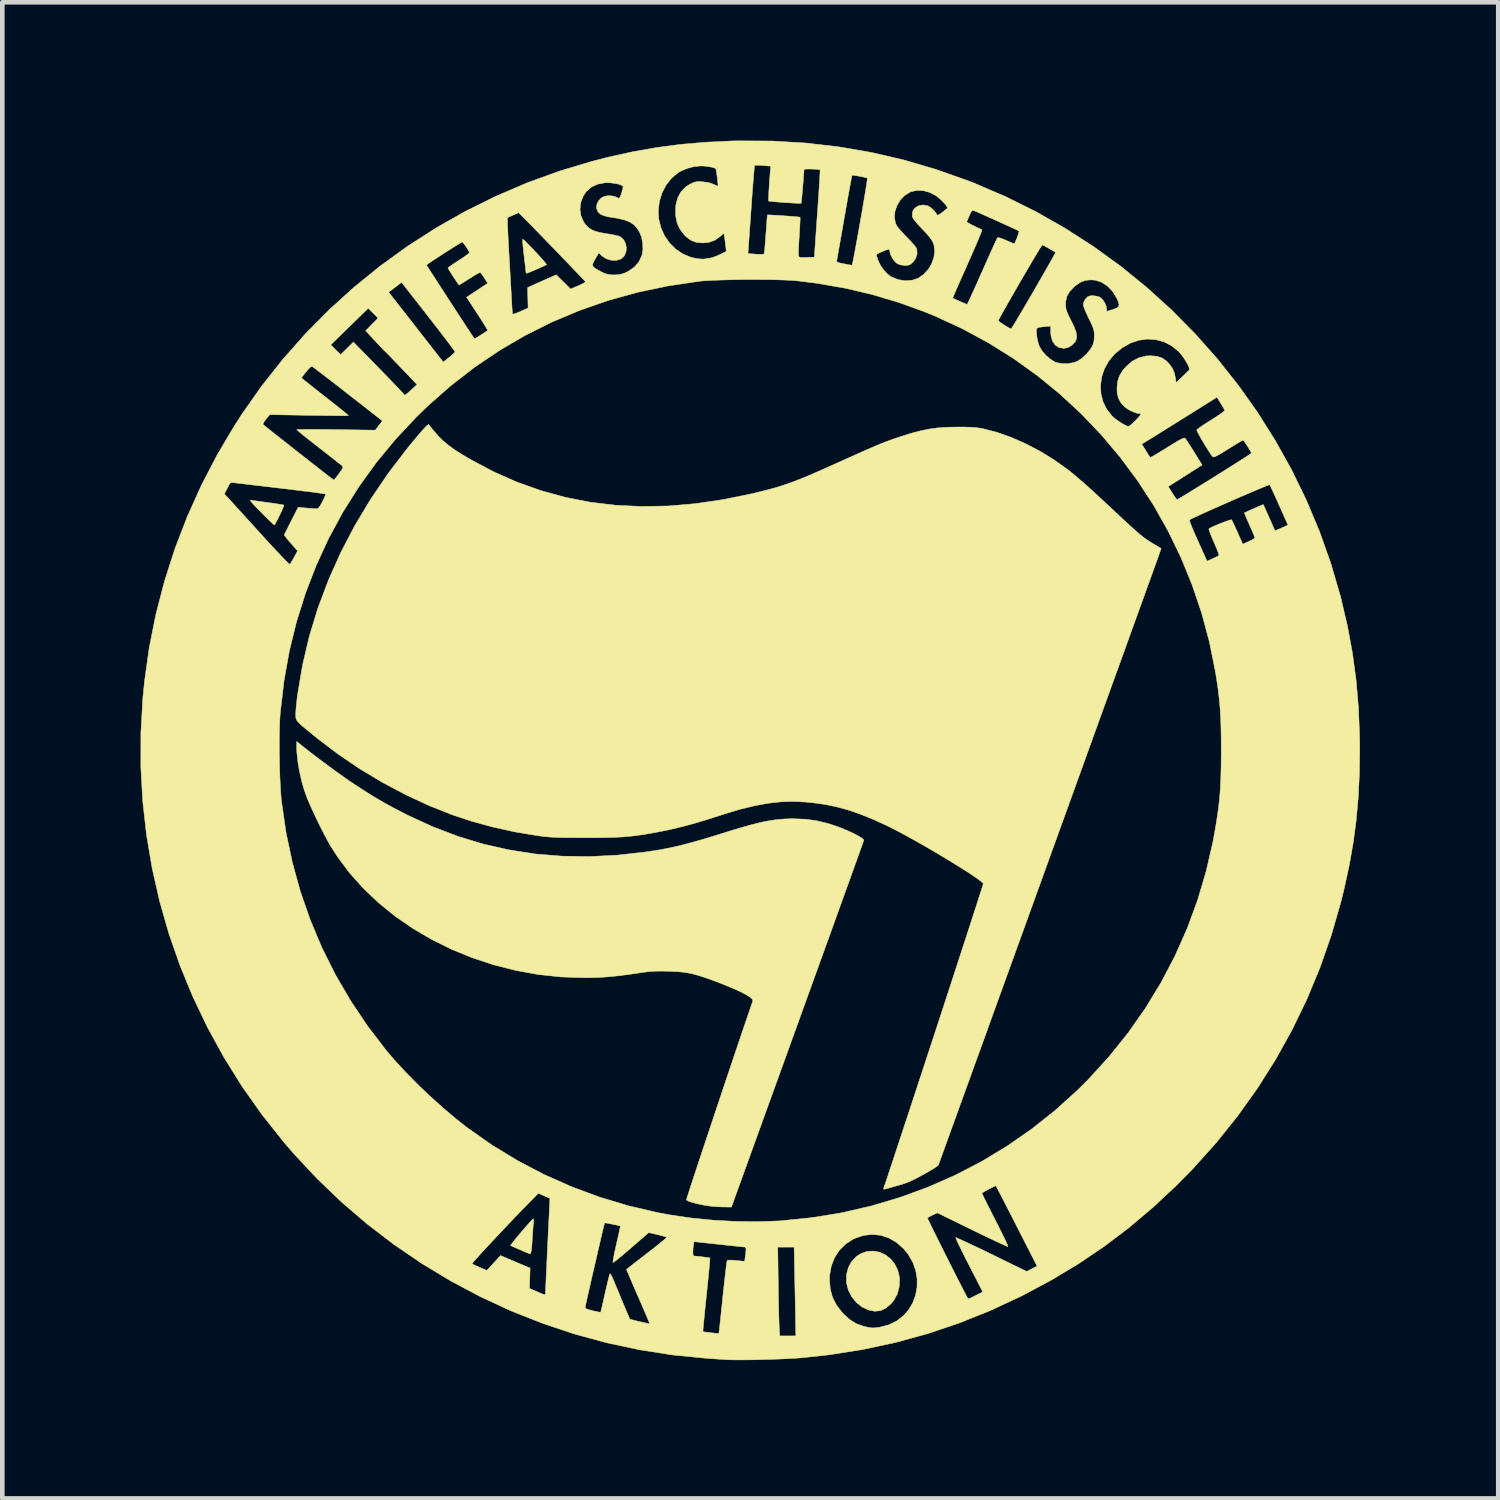
<source format=kicad_pcb>
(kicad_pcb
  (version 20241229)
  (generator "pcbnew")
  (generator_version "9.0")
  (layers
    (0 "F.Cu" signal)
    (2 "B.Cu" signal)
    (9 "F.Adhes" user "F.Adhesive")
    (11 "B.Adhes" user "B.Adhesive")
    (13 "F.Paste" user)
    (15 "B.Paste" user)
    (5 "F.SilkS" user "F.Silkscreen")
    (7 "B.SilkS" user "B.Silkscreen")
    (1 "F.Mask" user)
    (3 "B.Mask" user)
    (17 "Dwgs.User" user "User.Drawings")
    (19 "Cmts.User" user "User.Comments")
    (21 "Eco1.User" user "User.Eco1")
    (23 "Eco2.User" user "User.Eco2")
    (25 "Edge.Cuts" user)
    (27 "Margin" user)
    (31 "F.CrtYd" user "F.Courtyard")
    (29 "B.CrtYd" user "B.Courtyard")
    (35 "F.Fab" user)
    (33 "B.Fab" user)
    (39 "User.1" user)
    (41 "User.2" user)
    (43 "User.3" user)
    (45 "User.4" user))
  (footprint "anitfa_flag"
    (layer "F.Cu")
    (at 13.186 13.249)
    (property "Reference" "anitfa_flag" (at 0 0 0) (layer "F.SilkS") (effects (font (size 1.524 1.524) (thickness 0.3))))
    (attr through_hole)
    (fp_poly (pts (xy 2.844 10.863) (xy 2.969 10.92) (xy 3.08 11.006) (xy 3.171 11.117) (xy 3.237 11.25) (xy 3.273 11.401) (xy 3.276 11.433) (xy 3.27 11.61) (xy 3.227 11.772) (xy 3.148 11.915) (xy 3.083 11.99) (xy 2.973 12.081) (xy 2.861 12.132) (xy 2.742 12.144) (xy 2.61 12.119) (xy 2.607 12.118) (xy 2.464 12.052) (xy 2.339 11.953) (xy 2.237 11.827) (xy 2.164 11.682) (xy 2.125 11.524) (xy 2.124 11.507) (xy 2.127 11.345) (xy 2.166 11.196) (xy 2.237 11.065) (xy 2.337 10.958) (xy 2.433 10.896) (xy 2.57 10.847) (xy 2.709 10.838) (xy 2.844 10.863)) (stroke (width 0.01) (type solid)) (fill yes) (layer "F.SilkS"))
    (fp_poly (pts (xy -10.795 -5.452) (xy -10.756 -5.445) (xy -10.684 -5.434) (xy -10.587 -5.42) (xy -10.475 -5.405) (xy -10.414 -5.396) (xy -10.301 -5.381) (xy -10.204 -5.366) (xy -10.13 -5.354) (xy -10.086 -5.345) (xy -10.077 -5.343) (xy -10.082 -5.321) (xy -10.102 -5.272) (xy -10.132 -5.203) (xy -10.169 -5.126) (xy -10.207 -5.049) (xy -10.243 -4.981) (xy -10.27 -4.932) (xy -10.286 -4.911) (xy -10.286 -4.911) (xy -10.304 -4.925) (xy -10.347 -4.965) (xy -10.41 -5.025) (xy -10.488 -5.102) (xy -10.573 -5.187) (xy -10.673 -5.289) (xy -10.744 -5.364) (xy -10.787 -5.415) (xy -10.805 -5.444) (xy -10.8 -5.453) (xy -10.795 -5.452)) (stroke (width 0.01) (type solid)) (fill yes) (layer "F.SilkS"))
    (fp_poly (pts (xy -4.881 -11.1) (xy -4.84 -11.063) (xy -4.782 -11.005) (xy -4.71 -10.931) (xy -4.672 -10.891) (xy -4.564 -10.776) (xy -4.484 -10.688) (xy -4.429 -10.624) (xy -4.396 -10.583) (xy -4.383 -10.56) (xy -4.384 -10.555) (xy -4.41 -10.541) (xy -4.464 -10.517) (xy -4.536 -10.485) (xy -4.615 -10.451) (xy -4.692 -10.418) (xy -4.757 -10.391) (xy -4.799 -10.375) (xy -4.81 -10.371) (xy -4.826 -10.387) (xy -4.826 -10.388) (xy -4.829 -10.413) (xy -4.835 -10.473) (xy -4.845 -10.56) (xy -4.858 -10.668) (xy -4.868 -10.751) (xy -4.881 -10.868) (xy -4.892 -10.969) (xy -4.898 -11.048) (xy -4.9 -11.097) (xy -4.899 -11.11) (xy -4.881 -11.1)) (stroke (width 0.01) (type solid)) (fill yes) (layer "F.SilkS"))
    (fp_poly (pts (xy -4.662 10.157) (xy -4.661 10.204) (xy -4.664 10.229) (xy -4.67 10.288) (xy -4.677 10.376) (xy -4.684 10.479) (xy -4.689 10.552) (xy -4.697 10.692) (xy -4.707 10.793) (xy -4.717 10.859) (xy -4.728 10.893) (xy -4.738 10.899) (xy -4.762 10.891) (xy -4.816 10.869) (xy -4.891 10.838) (xy -4.953 10.811) (xy -5.037 10.775) (xy -5.105 10.745) (xy -5.149 10.725) (xy -5.161 10.719) (xy -5.152 10.702) (xy -5.119 10.659) (xy -5.07 10.596) (xy -5.008 10.521) (xy -4.939 10.438) (xy -4.868 10.355) (xy -4.801 10.278) (xy -4.742 10.212) (xy -4.698 10.164) (xy -4.673 10.14) (xy -4.67 10.139) (xy -4.662 10.157)) (stroke (width 0.01) (type solid)) (fill yes) (layer "F.SilkS"))
    (fp_poly (pts (xy -9.721 -0.15) (xy -9.632 -0.079) (xy -9.516 0.011) (xy -9.381 0.114) (xy -9.234 0.225) (xy -9.083 0.337) (xy -8.935 0.445) (xy -8.797 0.543) (xy -8.679 0.627) (xy -8.613 0.671) (xy -8.376 0.827) (xy -8.16 0.963) (xy -7.952 1.086) (xy -7.741 1.204) (xy -7.513 1.323) (xy -7.377 1.392) (xy -6.84 1.638) (xy -6.297 1.845) (xy -5.748 2.011) (xy -5.191 2.137) (xy -4.624 2.225) (xy -4.045 2.272) (xy -3.454 2.281) (xy -2.849 2.251) (xy -2.229 2.181) (xy -1.938 2.137) (xy -1.733 2.098) (xy -1.511 2.049) (xy -1.268 1.986) (xy -0.997 1.91) (xy -0.695 1.818) (xy -0.635 1.799) (xy -0.375 1.718) (xy -0.149 1.651) (xy 0.048 1.595) (xy 0.221 1.551) (xy 0.376 1.517) (xy 0.517 1.493) (xy 0.65 1.476) (xy 0.78 1.466) (xy 0.913 1.461) (xy 0.976 1.461) (xy 1.234 1.471) (xy 1.474 1.503) (xy 1.715 1.561) (xy 1.846 1.602) (xy 1.965 1.644) (xy 2.086 1.693) (xy 2.203 1.744) (xy 2.308 1.795) (xy 2.397 1.842) (xy 2.462 1.883) (xy 2.497 1.914) (xy 2.502 1.926) (xy 2.494 1.949) (xy 2.473 2.01) (xy 2.438 2.106) (xy 2.391 2.237) (xy 2.333 2.4) (xy 2.263 2.593) (xy 2.184 2.815) (xy 2.094 3.063) (xy 1.996 3.335) (xy 1.89 3.63) (xy 1.776 3.946) (xy 1.655 4.281) (xy 1.528 4.633) (xy 1.396 4.999) (xy 1.258 5.379) (xy 1.117 5.77) (xy 1.063 5.921) (xy -0.37 9.884) (xy -0.55 9.882) (xy -0.664 9.878) (xy -0.789 9.868) (xy -0.898 9.854) (xy -0.9 9.854) (xy -1.019 9.833) (xy -1.13 9.808) (xy -1.226 9.782) (xy -1.299 9.757) (xy -1.34 9.735) (xy -1.347 9.727) (xy -1.341 9.705) (xy -1.323 9.647) (xy -1.293 9.554) (xy -1.253 9.431) (xy -1.204 9.281) (xy -1.146 9.106) (xy -1.082 8.911) (xy -1.011 8.697) (xy -0.935 8.469) (xy -0.855 8.229) (xy -0.772 7.981) (xy -0.688 7.728) (xy -0.602 7.473) (xy -0.517 7.218) (xy -0.434 6.969) (xy -0.352 6.727) (xy -0.274 6.495) (xy -0.201 6.278) (xy -0.133 6.077) (xy -0.072 5.897) (xy -0.018 5.74) (xy 0.026 5.61) (xy 0.061 5.509) (xy 0.085 5.442) (xy 0.094 5.417) (xy 0.086 5.381) (xy 0.039 5.334) (xy -0.048 5.279) (xy -0.172 5.214) (xy -0.332 5.142) (xy -0.527 5.062) (xy -0.558 5.049) (xy -0.756 4.973) (xy -0.923 4.913) (xy -1.067 4.866) (xy -1.194 4.831) (xy -1.313 4.805) (xy -1.43 4.788) (xy -1.555 4.777) (xy -1.693 4.77) (xy -1.725 4.769) (xy -1.88 4.766) (xy -2.009 4.767) (xy -2.127 4.774) (xy -2.25 4.788) (xy -2.36 4.804) (xy -2.608 4.84) (xy -2.825 4.868) (xy -3.02 4.888) (xy -3.204 4.901) (xy -3.385 4.908) (xy -3.572 4.91) (xy -4.072 4.892) (xy -4.567 4.839) (xy -5.054 4.75) (xy -5.531 4.629) (xy -5.994 4.476) (xy -6.442 4.293) (xy -6.872 4.08) (xy -7.281 3.84) (xy -7.667 3.574) (xy -8.026 3.283) (xy -8.357 2.968) (xy -8.657 2.632) (xy -8.923 2.274) (xy -9.067 2.048) (xy -9.132 1.933) (xy -9.208 1.79) (xy -9.29 1.628) (xy -9.373 1.458) (xy -9.452 1.29) (xy -9.522 1.135) (xy -9.578 1.003) (xy -9.578 1.003) (xy -9.641 0.825) (xy -9.697 0.625) (xy -9.743 0.415) (xy -9.777 0.208) (xy -9.797 0.018) (xy -9.8 -0.081) (xy -9.8 -0.216) (xy -9.721 -0.15)) (stroke (width 0.01) (type solid)) (fill yes) (layer "F.SilkS"))
    (fp_poly (pts (xy -6.936 -7.089) (xy -6.828 -6.954) (xy -6.726 -6.838) (xy -6.623 -6.737) (xy -6.512 -6.643) (xy -6.385 -6.55) (xy -6.235 -6.453) (xy -6.054 -6.346) (xy -6.023 -6.328) (xy -5.526 -6.065) (xy -5.02 -5.841) (xy -4.503 -5.657) (xy -3.975 -5.512) (xy -3.436 -5.406) (xy -2.884 -5.34) (xy -2.318 -5.313) (xy -1.739 -5.324) (xy -1.145 -5.375) (xy -0.536 -5.465) (xy 0.089 -5.593) (xy 0.287 -5.641) (xy 0.436 -5.679) (xy 0.574 -5.717) (xy 0.707 -5.758) (xy 0.84 -5.802) (xy 0.979 -5.852) (xy 1.128 -5.91) (xy 1.294 -5.978) (xy 1.481 -6.059) (xy 1.694 -6.153) (xy 1.94 -6.264) (xy 1.968 -6.276) (xy 2.19 -6.376) (xy 2.379 -6.461) (xy 2.539 -6.532) (xy 2.675 -6.591) (xy 2.793 -6.641) (xy 2.897 -6.684) (xy 2.993 -6.721) (xy 3.085 -6.755) (xy 3.178 -6.788) (xy 3.278 -6.821) (xy 3.298 -6.828) (xy 3.527 -6.9) (xy 3.731 -6.954) (xy 3.92 -6.993) (xy 4.107 -7.018) (xy 4.304 -7.032) (xy 4.508 -7.036) (xy 4.677 -7.036) (xy 4.813 -7.032) (xy 4.925 -7.024) (xy 5.022 -7.012) (xy 5.087 -7) (xy 5.385 -6.923) (xy 5.695 -6.814) (xy 6.011 -6.675) (xy 6.325 -6.511) (xy 6.629 -6.324) (xy 6.916 -6.119) (xy 6.973 -6.075) (xy 7.081 -5.987) (xy 7.198 -5.887) (xy 7.33 -5.772) (xy 7.48 -5.636) (xy 7.651 -5.478) (xy 7.849 -5.293) (xy 7.851 -5.292) (xy 8.019 -5.134) (xy 8.161 -5.002) (xy 8.279 -4.894) (xy 8.377 -4.805) (xy 8.459 -4.733) (xy 8.529 -4.675) (xy 8.59 -4.628) (xy 8.646 -4.588) (xy 8.7 -4.552) (xy 8.756 -4.518) (xy 8.756 -4.518) (xy 8.951 -4.403) (xy 8.902 -4.26) (xy 8.891 -4.23) (xy 8.867 -4.162) (xy 8.83 -4.059) (xy 8.78 -3.921) (xy 8.719 -3.751) (xy 8.646 -3.551) (xy 8.564 -3.322) (xy 8.471 -3.066) (xy 8.37 -2.784) (xy 8.26 -2.48) (xy 8.142 -2.153) (xy 8.017 -1.807) (xy 7.885 -1.443) (xy 7.748 -1.063) (xy 7.605 -0.669) (xy 7.458 -0.261) (xy 7.307 0.157) (xy 7.153 0.584) (xy 6.996 1.018) (xy 6.837 1.458) (xy 6.677 1.901) (xy 6.516 2.346) (xy 6.355 2.791) (xy 6.195 3.235) (xy 6.036 3.675) (xy 5.879 4.109) (xy 5.724 4.536) (xy 5.573 4.955) (xy 5.425 5.363) (xy 5.282 5.758) (xy 5.145 6.139) (xy 5.013 6.504) (xy 4.887 6.851) (xy 4.769 7.178) (xy 4.658 7.484) (xy 4.556 7.766) (xy 4.463 8.024) (xy 4.379 8.254) (xy 4.306 8.456) (xy 4.244 8.628) (xy 4.194 8.767) (xy 4.156 8.872) (xy 4.13 8.941) (xy 4.119 8.973) (xy 4.118 8.975) (xy 4.096 8.995) (xy 4.043 9.031) (xy 3.966 9.079) (xy 3.87 9.135) (xy 3.794 9.178) (xy 3.654 9.253) (xy 3.539 9.31) (xy 3.435 9.354) (xy 3.332 9.39) (xy 3.239 9.417) (xy 3.14 9.444) (xy 3.054 9.468) (xy 2.99 9.486) (xy 2.958 9.495) (xy 2.931 9.495) (xy 2.931 9.479) (xy 2.967 9.372) (xy 3.014 9.233) (xy 3.069 9.065) (xy 3.134 8.871) (xy 3.206 8.652) (xy 3.285 8.413) (xy 3.37 8.155) (xy 3.461 7.88) (xy 3.556 7.592) (xy 3.654 7.292) (xy 3.755 6.984) (xy 3.858 6.67) (xy 3.963 6.352) (xy 4.067 6.033) (xy 4.171 5.716) (xy 4.273 5.403) (xy 4.373 5.097) (xy 4.47 4.8) (xy 4.563 4.514) (xy 4.651 4.243) (xy 4.734 3.989) (xy 4.81 3.754) (xy 4.879 3.541) (xy 4.94 3.353) (xy 4.992 3.192) (xy 5.034 3.06) (xy 5.066 2.961) (xy 5.086 2.896) (xy 5.093 2.869) (xy 5.093 2.868) (xy 5.068 2.839) (xy 5.01 2.793) (xy 4.922 2.73) (xy 4.81 2.654) (xy 4.675 2.568) (xy 4.524 2.473) (xy 4.359 2.371) (xy 4.184 2.266) (xy 4.004 2.159) (xy 3.822 2.053) (xy 3.642 1.951) (xy 3.468 1.854) (xy 3.305 1.765) (xy 3.155 1.687) (xy 3.024 1.621) (xy 3.018 1.618) (xy 2.715 1.479) (xy 2.436 1.365) (xy 2.172 1.274) (xy 1.914 1.203) (xy 1.654 1.15) (xy 1.384 1.113) (xy 1.244 1.099) (xy 0.976 1.086) (xy 0.705 1.094) (xy 0.425 1.125) (xy 0.131 1.179) (xy -0.184 1.256) (xy -0.526 1.359) (xy -0.579 1.376) (xy -0.851 1.463) (xy -1.092 1.537) (xy -1.312 1.599) (xy -1.518 1.652) (xy -1.719 1.699) (xy -1.892 1.734) (xy -2.084 1.77) (xy -2.255 1.8) (xy -2.413 1.823) (xy -2.566 1.841) (xy -2.722 1.855) (xy -2.888 1.864) (xy -3.073 1.869) (xy -3.284 1.872) (xy -3.529 1.873) (xy -3.535 1.873) (xy -3.741 1.872) (xy -3.911 1.871) (xy -4.052 1.869) (xy -4.17 1.865) (xy -4.272 1.86) (xy -4.365 1.853) (xy -4.455 1.844) (xy -4.549 1.832) (xy -4.601 1.824) (xy -5.074 1.745) (xy -5.546 1.641) (xy -6.005 1.515) (xy -6.407 1.383) (xy -6.917 1.181) (xy -7.431 0.943) (xy -7.938 0.674) (xy -8.432 0.378) (xy -8.903 0.059) (xy -9.344 -0.276) (xy -9.359 -0.288) (xy -9.494 -0.398) (xy -9.599 -0.484) (xy -9.679 -0.551) (xy -9.738 -0.604) (xy -9.777 -0.646) (xy -9.802 -0.68) (xy -9.815 -0.713) (xy -9.821 -0.746) (xy -9.821 -0.786) (xy -9.821 -0.828) (xy -9.818 -0.884) (xy -9.811 -0.972) (xy -9.799 -1.08) (xy -9.785 -1.2) (xy -9.778 -1.251) (xy -9.673 -1.875) (xy -9.527 -2.495) (xy -9.34 -3.109) (xy -9.112 -3.715) (xy -8.845 -4.313) (xy -8.538 -4.901) (xy -8.192 -5.477) (xy -7.808 -6.041) (xy -7.386 -6.592) (xy -7.254 -6.752) (xy -7.148 -6.878) (xy -7.066 -6.972) (xy -7.006 -7.037) (xy -6.965 -7.076) (xy -6.942 -7.091) (xy -6.936 -7.089)) (stroke (width 0.01) (type solid)) (fill yes) (layer "F.SilkS"))
    (fp_poly (pts (xy 0.512 -13.24) (xy 1.243 -13.197) (xy 1.96 -13.114) (xy 2.668 -12.992) (xy 3.369 -12.829) (xy 4.064 -12.625) (xy 4.757 -12.381) (xy 4.895 -12.327) (xy 5.574 -12.036) (xy 6.233 -11.709) (xy 6.87 -11.347) (xy 7.484 -10.951) (xy 8.074 -10.524) (xy 8.638 -10.065) (xy 9.177 -9.577) (xy 9.687 -9.06) (xy 10.169 -8.517) (xy 10.62 -7.949) (xy 11.041 -7.357) (xy 11.428 -6.741) (xy 11.783 -6.105) (xy 12.102 -5.449) (xy 12.385 -4.774) (xy 12.631 -4.082) (xy 12.838 -3.374) (xy 12.856 -3.302) (xy 12.994 -2.71) (xy 13.102 -2.125) (xy 13.181 -1.536) (xy 13.232 -0.935) (xy 13.256 -0.314) (xy 13.259 -0.042) (xy 13.251 0.495) (xy 13.226 1.004) (xy 13.182 1.495) (xy 13.118 1.977) (xy 13.033 2.46) (xy 12.926 2.956) (xy 12.848 3.273) (xy 12.642 3.989) (xy 12.398 4.688) (xy 12.115 5.371) (xy 11.794 6.035) (xy 11.436 6.68) (xy 11.041 7.305) (xy 10.61 7.909) (xy 10.143 8.492) (xy 9.641 9.051) (xy 9.279 9.419) (xy 8.77 9.894) (xy 8.252 10.332) (xy 7.717 10.737) (xy 7.162 11.112) (xy 6.579 11.463) (xy 5.963 11.793) (xy 5.905 11.822) (xy 5.243 12.131) (xy 4.571 12.4) (xy 3.888 12.63) (xy 3.191 12.821) (xy 2.479 12.974) (xy 1.75 13.089) (xy 1.132 13.156) (xy 1.012 13.164) (xy 0.862 13.173) (xy 0.692 13.18) (xy 0.508 13.187) (xy 0.318 13.192) (xy 0.131 13.197) (xy -0.046 13.199) (xy -0.206 13.2) (xy -0.34 13.199) (xy -0.442 13.196) (xy -0.455 13.196) (xy -0.522 13.191) (xy -0.62 13.185) (xy -0.737 13.177) (xy -0.863 13.169) (xy -0.91 13.165) (xy -1.642 13.093) (xy -2.366 12.98) (xy -3.081 12.827) (xy -3.785 12.635) (xy -4.476 12.403) (xy -5.153 12.135) (xy -5.306 12.064) (xy -3.543 12.064) (xy -3.528 12.085) (xy -3.475 12.107) (xy -3.384 12.131) (xy -3.378 12.133) (xy -3.3 12.15) (xy -3.241 12.162) (xy -3.209 12.166) (xy -3.207 12.166) (xy -3.201 12.144) (xy -3.187 12.088) (xy -3.167 12.003) (xy -3.143 11.896) (xy -3.115 11.773) (xy -3.112 11.758) (xy -3.083 11.633) (xy -3.057 11.521) (xy -3.035 11.431) (xy -3.019 11.367) (xy -3.011 11.338) (xy -3.01 11.337) (xy -3.005 11.331) (xy -2.997 11.334) (xy -2.985 11.35) (xy -2.967 11.384) (xy -2.942 11.439) (xy -2.908 11.519) (xy -2.862 11.628) (xy -2.802 11.771) (xy -2.771 11.848) (xy -2.717 11.978) (xy -2.668 12.094) (xy -2.627 12.191) (xy -2.596 12.263) (xy -2.578 12.306) (xy -2.573 12.314) (xy -2.551 12.322) (xy -2.498 12.336) (xy -2.426 12.354) (xy -2.345 12.373) (xy -2.265 12.391) (xy -2.198 12.406) (xy -2.155 12.414) (xy -2.143 12.415) (xy -2.15 12.395) (xy -2.172 12.342) (xy -2.207 12.259) (xy -2.253 12.152) (xy -2.307 12.025) (xy -2.369 11.883) (xy -2.392 11.83) (xy -2.456 11.684) (xy -2.514 11.551) (xy -2.563 11.435) (xy -2.603 11.342) (xy -2.631 11.276) (xy -2.645 11.243) (xy -2.646 11.239) (xy -2.629 11.224) (xy -2.584 11.187) (xy -2.514 11.131) (xy -2.423 11.06) (xy -2.316 10.977) (xy -2.203 10.89) (xy -2.161 10.858) (xy -1.206 10.858) (xy -1.203 10.914) (xy -1.194 10.943) (xy -1.191 10.944) (xy -1.124 10.95) (xy -1.045 10.959) (xy -0.965 10.968) (xy -0.896 10.978) (xy -0.85 10.985) (xy -0.836 10.989) (xy -0.836 11.011) (xy -0.841 11.071) (xy -0.849 11.163) (xy -0.86 11.284) (xy -0.874 11.428) (xy -0.891 11.591) (xy -0.909 11.768) (xy -0.911 11.789) (xy -0.93 11.967) (xy -0.947 12.131) (xy -0.961 12.277) (xy -0.973 12.401) (xy -0.982 12.496) (xy -0.987 12.559) (xy -0.989 12.586) (xy -0.989 12.586) (xy -0.967 12.591) (xy -0.916 12.598) (xy -0.848 12.606) (xy -0.774 12.615) (xy -0.707 12.622) (xy -0.659 12.626) (xy -0.643 12.627) (xy -0.64 12.606) (xy -0.633 12.548) (xy -0.623 12.458) (xy -0.61 12.339) (xy -0.595 12.196) (xy -0.578 12.035) (xy -0.56 11.859) (xy -0.559 11.847) (xy -0.54 11.67) (xy -0.522 11.505) (xy -0.505 11.358) (xy -0.491 11.234) (xy -0.479 11.138) (xy -0.469 11.074) (xy -0.464 11.046) (xy -0.464 11.046) (xy -0.436 11.036) (xy -0.369 11.035) (xy -0.268 11.043) (xy -0.085 11.062) (xy -0.075 10.997) (xy -0.061 10.891) (xy -0.054 10.82) (xy -0.056 10.777) (xy -0.066 10.756) (xy -0.077 10.753) (xy 0.635 10.753) (xy 0.646 11.583) (xy 0.649 11.773) (xy 0.652 11.954) (xy 0.656 12.121) (xy 0.659 12.269) (xy 0.663 12.392) (xy 0.666 12.485) (xy 0.669 12.542) (xy 0.669 12.547) (xy 0.681 12.679) (xy 0.854 12.679) (xy 1.027 12.679) (xy 1.021 12.377) (xy 1.02 12.277) (xy 1.017 12.142) (xy 1.014 11.983) (xy 1.011 11.808) (xy 1.007 11.624) (xy 1.004 11.449) (xy 1.757 11.449) (xy 1.773 11.656) (xy 1.822 11.841) (xy 1.908 12.01) (xy 2.032 12.17) (xy 2.074 12.215) (xy 2.208 12.333) (xy 2.345 12.416) (xy 2.496 12.47) (xy 2.54 12.481) (xy 2.618 12.497) (xy 2.674 12.505) (xy 2.726 12.505) (xy 2.79 12.498) (xy 2.857 12.487) (xy 3.046 12.438) (xy 3.213 12.356) (xy 3.355 12.247) (xy 3.472 12.115) (xy 3.562 11.964) (xy 3.623 11.799) (xy 3.656 11.623) (xy 3.658 11.442) (xy 3.628 11.261) (xy 3.564 11.082) (xy 3.466 10.911) (xy 3.364 10.787) (xy 3.212 10.652) (xy 3.045 10.555) (xy 2.867 10.496) (xy 2.683 10.478) (xy 2.496 10.499) (xy 2.31 10.562) (xy 2.265 10.583) (xy 2.103 10.689) (xy 1.969 10.824) (xy 1.865 10.984) (xy 1.795 11.166) (xy 1.76 11.363) (xy 1.757 11.449) (xy 1.004 11.449) (xy 1.004 11.442) (xy 1.003 11.414) (xy 0.99 10.753) (xy 0.635 10.753) (xy -0.077 10.753) (xy -0.081 10.751) (xy -0.111 10.749) (xy -0.177 10.742) (xy -0.273 10.732) (xy -0.393 10.72) (xy -0.53 10.705) (xy -0.649 10.692) (xy -1.181 10.635) (xy -1.194 10.71) (xy -1.203 10.786) (xy -1.206 10.858) (xy -2.161 10.858) (xy -2.085 10.8) (xy -1.981 10.717) (xy -1.893 10.646) (xy -1.826 10.59) (xy -1.786 10.553) (xy -1.774 10.538) (xy -1.8 10.528) (xy -1.857 10.511) (xy -1.935 10.491) (xy -1.976 10.481) (xy -2.164 10.438) (xy -2.543 10.766) (xy -2.65 10.858) (xy -2.747 10.94) (xy -2.828 11.007) (xy -2.891 11.056) (xy -2.929 11.083) (xy -2.939 11.088) (xy -2.939 11.066) (xy -2.931 11.009) (xy -2.916 10.925) (xy -2.894 10.818) (xy -2.867 10.697) (xy -2.865 10.69) (xy -2.837 10.568) (xy -2.813 10.461) (xy -2.795 10.376) (xy -2.783 10.319) (xy -2.779 10.296) (xy -2.779 10.296) (xy -2.803 10.288) (xy -2.855 10.276) (xy -2.923 10.262) (xy -2.996 10.247) (xy -3.061 10.235) (xy -3.107 10.228) (xy -3.121 10.227) (xy -3.127 10.249) (xy -3.141 10.306) (xy -3.163 10.395) (xy -3.19 10.51) (xy -3.221 10.646) (xy -3.257 10.798) (xy -3.294 10.96) (xy -3.333 11.128) (xy -3.372 11.296) (xy -3.409 11.46) (xy -3.444 11.615) (xy -3.476 11.754) (xy -3.503 11.874) (xy -3.524 11.969) (xy -3.538 12.033) (xy -3.543 12.063) (xy -3.543 12.064) (xy -5.306 12.064) (xy -5.814 11.829) (xy -6.458 11.487) (xy -7.076 11.114) (xy -5.996 11.114) (xy -5.996 11.114) (xy -5.97 11.129) (xy -5.915 11.155) (xy -5.843 11.187) (xy -5.827 11.194) (xy -5.674 11.258) (xy -5.527 11.097) (xy -5.379 10.936) (xy -5.058 11.072) (xy -4.737 11.208) (xy -4.752 11.648) (xy -4.593 11.717) (xy -4.518 11.75) (xy -4.457 11.774) (xy -4.422 11.787) (xy -4.419 11.788) (xy -4.409 11.77) (xy -4.402 11.724) (xy -4.401 11.7) (xy -4.4 11.66) (xy -4.397 11.583) (xy -4.392 11.473) (xy -4.386 11.336) (xy -4.378 11.174) (xy -4.37 10.995) (xy -4.361 10.801) (xy -4.354 10.653) (xy -4.307 9.695) (xy -4.559 9.586) (xy -4.69 9.72) (xy -4.81 9.842) (xy -4.938 9.973) (xy -5.071 10.111) (xy -5.206 10.253) (xy -5.339 10.394) (xy -5.469 10.531) (xy -5.591 10.662) (xy -5.703 10.782) (xy -5.802 10.889) (xy -5.883 10.979) (xy -5.945 11.049) (xy -5.983 11.095) (xy -5.996 11.114) (xy -7.076 11.114) (xy -7.083 11.11) (xy -7.688 10.698) (xy -8.27 10.253) (xy -8.828 9.775) (xy -9.36 9.265) (xy -9.866 8.724) (xy -10.094 8.458) (xy -10.56 7.87) (xy -10.989 7.261) (xy -11.381 6.632) (xy -11.736 5.985) (xy -12.053 5.322) (xy -12.332 4.644) (xy -12.573 3.952) (xy -12.774 3.248) (xy -12.936 2.534) (xy -13.058 1.81) (xy -13.14 1.078) (xy -13.181 0.34) (xy -13.18 -0.217) (xy -10.178 -0.217) (xy -10.177 0.006) (xy -10.174 0.234) (xy -10.168 0.459) (xy -10.159 0.673) (xy -10.148 0.866) (xy -10.136 1.029) (xy -10.129 1.09) (xy -10.032 1.757) (xy -9.895 2.407) (xy -9.72 3.041) (xy -9.505 3.659) (xy -9.252 4.26) (xy -8.96 4.844) (xy -8.629 5.411) (xy -8.26 5.961) (xy -7.857 6.487) (xy -7.655 6.723) (xy -7.423 6.972) (xy -7.171 7.227) (xy -6.906 7.481) (xy -6.634 7.725) (xy -6.366 7.953) (xy -6.107 8.158) (xy -6.085 8.174) (xy -5.556 8.544) (xy -5.004 8.88) (xy -4.43 9.18) (xy -3.837 9.443) (xy -3.227 9.669) (xy -2.603 9.857) (xy -1.966 10.005) (xy -1.714 10.052) (xy -1.254 10.12) (xy -0.774 10.168) (xy -0.287 10.195) (xy 0.194 10.201) (xy 0.655 10.185) (xy 0.72 10.18) (xy 1.313 10.12) (xy 3.882 10.12) (xy 3.89 10.141) (xy 3.915 10.194) (xy 3.955 10.276) (xy 4.006 10.382) (xy 4.068 10.507) (xy 4.138 10.647) (xy 4.213 10.798) (xy 4.291 10.954) (xy 4.37 11.111) (xy 4.448 11.264) (xy 4.521 11.41) (xy 4.589 11.543) (xy 4.648 11.658) (xy 4.697 11.752) (xy 4.733 11.82) (xy 4.753 11.855) (xy 4.762 11.868) (xy 4.775 11.871) (xy 4.801 11.864) (xy 4.846 11.843) (xy 4.921 11.806) (xy 4.933 11.8) (xy 5.082 11.725) (xy 4.783 11.142) (xy 4.709 10.998) (xy 4.643 10.866) (xy 4.586 10.75) (xy 4.541 10.657) (xy 4.511 10.589) (xy 4.496 10.552) (xy 4.495 10.547) (xy 4.517 10.553) (xy 4.571 10.576) (xy 4.656 10.615) (xy 4.766 10.666) (xy 4.898 10.728) (xy 5.048 10.799) (xy 5.211 10.878) (xy 5.272 10.908) (xy 6.035 11.281) (xy 6.148 11.223) (xy 6.26 11.165) (xy 5.818 10.299) (xy 5.728 10.122) (xy 5.643 9.957) (xy 5.566 9.807) (xy 5.499 9.677) (xy 5.444 9.57) (xy 5.402 9.489) (xy 5.376 9.44) (xy 5.367 9.424) (xy 5.347 9.43) (xy 5.301 9.451) (xy 5.24 9.482) (xy 5.173 9.516) (xy 5.114 9.549) (xy 5.071 9.574) (xy 5.063 9.58) (xy 5.07 9.599) (xy 5.095 9.651) (xy 5.134 9.732) (xy 5.186 9.836) (xy 5.249 9.96) (xy 5.319 10.098) (xy 5.348 10.156) (xy 5.421 10.299) (xy 5.486 10.43) (xy 5.542 10.543) (xy 5.585 10.635) (xy 5.615 10.701) (xy 5.628 10.736) (xy 5.628 10.74) (xy 5.607 10.734) (xy 5.552 10.711) (xy 5.468 10.673) (xy 5.357 10.622) (xy 5.226 10.559) (xy 5.076 10.488) (xy 4.914 10.409) (xy 4.857 10.381) (xy 4.097 10.009) (xy 3.995 10.057) (xy 3.935 10.087) (xy 3.894 10.111) (xy 3.882 10.12) (xy 1.313 10.12) (xy 1.379 10.114) (xy 2.028 10.007) (xy 2.664 9.86) (xy 3.287 9.675) (xy 3.895 9.452) (xy 4.485 9.192) (xy 5.057 8.895) (xy 5.609 8.562) (xy 6.14 8.193) (xy 6.648 7.791) (xy 7.131 7.354) (xy 7.377 7.109) (xy 7.824 6.618) (xy 8.235 6.105) (xy 8.61 5.57) (xy 8.949 5.014) (xy 9.25 4.439) (xy 9.514 3.845) (xy 9.739 3.234) (xy 9.926 2.606) (xy 10.074 1.962) (xy 10.126 1.678) (xy 10.161 1.464) (xy 10.189 1.272) (xy 10.211 1.091) (xy 10.227 0.913) (xy 10.239 0.73) (xy 10.247 0.533) (xy 10.252 0.313) (xy 10.254 0.062) (xy 10.254 -0.011) (xy 10.253 -0.285) (xy 10.249 -0.525) (xy 10.241 -0.741) (xy 10.229 -0.941) (xy 10.212 -1.134) (xy 10.189 -1.329) (xy 10.159 -1.534) (xy 10.127 -1.734) (xy 9.998 -2.374) (xy 9.83 -2.999) (xy 9.624 -3.609) (xy 9.382 -4.202) (xy 9.104 -4.776) (xy 8.966 -5.022) (xy 9.566 -5.022) (xy 9.569 -4.998) (xy 9.588 -4.943) (xy 9.62 -4.862) (xy 9.662 -4.762) (xy 9.708 -4.657) (xy 9.762 -4.537) (xy 9.813 -4.425) (xy 9.856 -4.327) (xy 9.89 -4.254) (xy 9.906 -4.217) (xy 9.946 -4.127) (xy 10.069 -4.181) (xy 10.135 -4.212) (xy 10.184 -4.237) (xy 10.205 -4.25) (xy 10.202 -4.274) (xy 10.183 -4.329) (xy 10.152 -4.407) (xy 10.112 -4.502) (xy 10.095 -4.54) (xy 10.052 -4.639) (xy 10.018 -4.725) (xy 9.995 -4.789) (xy 9.986 -4.825) (xy 9.987 -4.829) (xy 10.018 -4.849) (xy 10.077 -4.877) (xy 10.153 -4.91) (xy 10.238 -4.945) (xy 10.322 -4.977) (xy 10.396 -5.004) (xy 10.451 -5.021) (xy 10.477 -5.024) (xy 10.478 -5.024) (xy 10.493 -4.999) (xy 10.52 -4.942) (xy 10.557 -4.863) (xy 10.6 -4.769) (xy 10.608 -4.751) (xy 10.721 -4.495) (xy 10.853 -4.555) (xy 10.919 -4.587) (xy 10.967 -4.615) (xy 10.985 -4.632) (xy 10.986 -4.632) (xy 10.977 -4.657) (xy 10.955 -4.712) (xy 10.921 -4.791) (xy 10.879 -4.886) (xy 10.869 -4.91) (xy 10.826 -5.006) (xy 10.791 -5.086) (xy 10.768 -5.145) (xy 10.757 -5.174) (xy 10.757 -5.175) (xy 10.778 -5.185) (xy 10.827 -5.208) (xy 10.894 -5.238) (xy 10.971 -5.272) (xy 11.046 -5.305) (xy 11.11 -5.332) (xy 11.152 -5.35) (xy 11.165 -5.355) (xy 11.174 -5.337) (xy 11.198 -5.287) (xy 11.232 -5.211) (xy 11.274 -5.118) (xy 11.293 -5.075) (xy 11.337 -4.975) (xy 11.374 -4.89) (xy 11.402 -4.827) (xy 11.418 -4.793) (xy 11.42 -4.789) (xy 11.439 -4.794) (xy 11.487 -4.813) (xy 11.554 -4.842) (xy 11.562 -4.846) (xy 11.702 -4.91) (xy 11.511 -5.339) (xy 11.455 -5.464) (xy 11.404 -5.577) (xy 11.361 -5.67) (xy 11.328 -5.739) (xy 11.309 -5.778) (xy 11.305 -5.784) (xy 11.284 -5.778) (xy 11.229 -5.758) (xy 11.145 -5.723) (xy 11.037 -5.678) (xy 10.909 -5.624) (xy 10.766 -5.562) (xy 10.613 -5.496) (xy 10.455 -5.427) (xy 10.296 -5.357) (xy 10.141 -5.289) (xy 9.995 -5.224) (xy 9.863 -5.164) (xy 9.75 -5.112) (xy 9.659 -5.07) (xy 9.597 -5.04) (xy 9.567 -5.023) (xy 9.566 -5.022) (xy 8.966 -5.022) (xy 8.792 -5.331) (xy 8.446 -5.863) (xy 8.069 -6.373) (xy 7.823 -6.665) (xy 8.531 -6.665) (xy 8.619 -6.523) (xy 8.661 -6.456) (xy 8.694 -6.403) (xy 8.712 -6.376) (xy 8.713 -6.374) (xy 8.732 -6.382) (xy 8.781 -6.409) (xy 8.856 -6.453) (xy 8.949 -6.51) (xy 9.057 -6.576) (xy 9.083 -6.592) (xy 9.209 -6.671) (xy 9.305 -6.728) (xy 9.375 -6.767) (xy 9.422 -6.789) (xy 9.452 -6.797) (xy 9.47 -6.793) (xy 9.473 -6.791) (xy 9.493 -6.764) (xy 9.53 -6.707) (xy 9.581 -6.629) (xy 9.64 -6.536) (xy 9.67 -6.488) (xy 9.84 -6.213) (xy 9.641 -6.086) (xy 9.536 -6.019) (xy 9.423 -5.947) (xy 9.318 -5.88) (xy 9.274 -5.852) (xy 9.105 -5.746) (xy 9.194 -5.604) (xy 9.237 -5.537) (xy 9.272 -5.487) (xy 9.294 -5.462) (xy 9.297 -5.461) (xy 9.317 -5.472) (xy 9.37 -5.503) (xy 9.452 -5.552) (xy 9.558 -5.617) (xy 9.685 -5.695) (xy 9.829 -5.784) (xy 9.988 -5.882) (xy 10.112 -5.96) (xy 10.277 -6.063) (xy 10.431 -6.16) (xy 10.57 -6.248) (xy 10.69 -6.324) (xy 10.788 -6.387) (xy 10.859 -6.434) (xy 10.9 -6.462) (xy 10.91 -6.47) (xy 10.898 -6.497) (xy 10.87 -6.545) (xy 10.833 -6.606) (xy 10.794 -6.666) (xy 10.758 -6.718) (xy 10.734 -6.748) (xy 10.729 -6.752) (xy 10.707 -6.741) (xy 10.655 -6.712) (xy 10.58 -6.667) (xy 10.487 -6.61) (xy 10.404 -6.558) (xy 10.289 -6.487) (xy 10.204 -6.437) (xy 10.145 -6.405) (xy 10.105 -6.389) (xy 10.081 -6.387) (xy 10.067 -6.394) (xy 10.037 -6.433) (xy 9.995 -6.496) (xy 9.944 -6.576) (xy 9.89 -6.665) (xy 9.836 -6.755) (xy 9.789 -6.838) (xy 9.751 -6.908) (xy 9.728 -6.956) (xy 9.723 -6.974) (xy 9.744 -6.993) (xy 9.794 -7.03) (xy 9.868 -7.081) (xy 9.96 -7.14) (xy 10.031 -7.185) (xy 10.13 -7.248) (xy 10.216 -7.305) (xy 10.281 -7.351) (xy 10.32 -7.383) (xy 10.329 -7.395) (xy 10.318 -7.423) (xy 10.289 -7.476) (xy 10.249 -7.543) (xy 10.244 -7.55) (xy 10.16 -7.682) (xy 9.594 -7.327) (xy 9.44 -7.231) (xy 9.285 -7.134) (xy 9.136 -7.041) (xy 8.999 -6.956) (xy 8.883 -6.883) (xy 8.793 -6.828) (xy 8.779 -6.819) (xy 8.531 -6.665) (xy 7.823 -6.665) (xy 7.661 -6.858) (xy 7.224 -7.317) (xy 6.759 -7.748) (xy 6.532 -7.934) (xy 7.636 -7.934) (xy 7.647 -7.753) (xy 7.692 -7.579) (xy 7.772 -7.418) (xy 7.887 -7.274) (xy 7.89 -7.271) (xy 7.952 -7.217) (xy 8.028 -7.162) (xy 8.107 -7.111) (xy 8.178 -7.072) (xy 8.232 -7.05) (xy 8.245 -7.049) (xy 8.269 -7.063) (xy 8.314 -7.101) (xy 8.372 -7.155) (xy 8.403 -7.186) (xy 8.461 -7.248) (xy 8.499 -7.295) (xy 8.511 -7.32) (xy 8.507 -7.324) (xy 8.427 -7.336) (xy 8.333 -7.369) (xy 8.24 -7.415) (xy 8.168 -7.466) (xy 8.079 -7.561) (xy 8.024 -7.659) (xy 7.997 -7.774) (xy 7.993 -7.874) (xy 8.005 -8.017) (xy 8.044 -8.14) (xy 8.112 -8.255) (xy 8.192 -8.348) (xy 8.325 -8.464) (xy 8.471 -8.54) (xy 8.631 -8.578) (xy 8.721 -8.582) (xy 8.858 -8.571) (xy 8.97 -8.534) (xy 9.066 -8.468) (xy 9.122 -8.411) (xy 9.192 -8.316) (xy 9.237 -8.213) (xy 9.261 -8.101) (xy 9.276 -7.999) (xy 9.416 -8.132) (xy 9.479 -8.193) (xy 9.529 -8.243) (xy 9.559 -8.276) (xy 9.564 -8.283) (xy 9.561 -8.318) (xy 9.536 -8.376) (xy 9.496 -8.45) (xy 9.446 -8.529) (xy 9.391 -8.604) (xy 9.337 -8.667) (xy 9.33 -8.675) (xy 9.179 -8.798) (xy 9.012 -8.884) (xy 8.835 -8.932) (xy 8.652 -8.944) (xy 8.467 -8.918) (xy 8.285 -8.857) (xy 8.11 -8.758) (xy 7.947 -8.624) (xy 7.936 -8.613) (xy 7.81 -8.461) (xy 7.718 -8.293) (xy 7.66 -8.116) (xy 7.636 -7.934) (xy 6.532 -7.934) (xy 6.266 -8.151) (xy 5.748 -8.523) (xy 5.204 -8.863) (xy 4.68 -9.147) (xy 6.245 -9.147) (xy 6.246 -9.096) (xy 6.25 -9.039) (xy 6.264 -8.944) (xy 6.288 -8.847) (xy 6.309 -8.786) (xy 6.365 -8.691) (xy 6.448 -8.595) (xy 6.545 -8.511) (xy 6.642 -8.45) (xy 6.672 -8.437) (xy 6.792 -8.412) (xy 6.926 -8.411) (xy 7.058 -8.435) (xy 7.141 -8.467) (xy 7.237 -8.531) (xy 7.334 -8.621) (xy 7.417 -8.723) (xy 7.464 -8.799) (xy 7.493 -8.891) (xy 7.502 -9.01) (xy 7.502 -9.017) (xy 7.5 -9.079) (xy 7.491 -9.134) (xy 7.474 -9.192) (xy 7.445 -9.262) (xy 7.4 -9.357) (xy 7.38 -9.396) (xy 7.334 -9.493) (xy 7.296 -9.581) (xy 7.27 -9.652) (xy 7.26 -9.694) (xy 7.26 -9.696) (xy 7.274 -9.75) (xy 7.307 -9.81) (xy 7.315 -9.82) (xy 7.359 -9.863) (xy 7.406 -9.881) (xy 7.464 -9.885) (xy 7.539 -9.877) (xy 7.607 -9.859) (xy 7.621 -9.853) (xy 7.677 -9.806) (xy 7.726 -9.734) (xy 7.76 -9.654) (xy 7.768 -9.6) (xy 7.77 -9.56) (xy 7.773 -9.546) (xy 7.795 -9.552) (xy 7.845 -9.568) (xy 7.906 -9.586) (xy 7.983 -9.615) (xy 8.026 -9.647) (xy 8.038 -9.691) (xy 8.022 -9.755) (xy 7.987 -9.834) (xy 7.897 -9.98) (xy 7.786 -10.095) (xy 7.66 -10.177) (xy 7.522 -10.221) (xy 7.429 -10.229) (xy 7.305 -10.216) (xy 7.197 -10.175) (xy 7.091 -10.101) (xy 7.059 -10.073) (xy 6.966 -9.974) (xy 6.909 -9.876) (xy 6.883 -9.767) (xy 6.879 -9.698) (xy 6.881 -9.64) (xy 6.89 -9.588) (xy 6.909 -9.53) (xy 6.941 -9.457) (xy 6.99 -9.359) (xy 6.999 -9.343) (xy 7.063 -9.209) (xy 7.103 -9.103) (xy 7.119 -9.017) (xy 7.113 -8.946) (xy 7.085 -8.884) (xy 7.083 -8.88) (xy 7.018 -8.811) (xy 6.933 -8.762) (xy 6.846 -8.742) (xy 6.841 -8.742) (xy 6.737 -8.76) (xy 6.654 -8.814) (xy 6.595 -8.898) (xy 6.562 -9.011) (xy 6.556 -9.091) (xy 6.556 -9.226) (xy 6.448 -9.215) (xy 6.352 -9.206) (xy 6.291 -9.196) (xy 6.258 -9.178) (xy 6.245 -9.147) (xy 4.68 -9.147) (xy 4.638 -9.17) (xy 4.263 -9.343) (xy 5.419 -9.343) (xy 5.436 -9.325) (xy 5.479 -9.294) (xy 5.536 -9.255) (xy 5.598 -9.217) (xy 5.653 -9.185) (xy 5.691 -9.168) (xy 5.697 -9.166) (xy 5.71 -9.184) (xy 5.742 -9.234) (xy 5.791 -9.314) (xy 5.854 -9.42) (xy 5.93 -9.548) (xy 6.016 -9.694) (xy 6.11 -9.855) (xy 6.19 -9.994) (xy 6.288 -10.164) (xy 6.38 -10.323) (xy 6.462 -10.466) (xy 6.533 -10.59) (xy 6.59 -10.692) (xy 6.632 -10.768) (xy 6.657 -10.813) (xy 6.663 -10.826) (xy 6.589 -10.87) (xy 6.513 -10.913) (xy 6.445 -10.951) (xy 6.395 -10.976) (xy 6.372 -10.986) (xy 6.358 -10.968) (xy 6.326 -10.918) (xy 6.279 -10.84) (xy 6.218 -10.739) (xy 6.147 -10.619) (xy 6.068 -10.485) (xy 5.984 -10.341) (xy 5.897 -10.192) (xy 5.81 -10.041) (xy 5.726 -9.895) (xy 5.647 -9.757) (xy 5.575 -9.631) (xy 5.514 -9.522) (xy 5.466 -9.436) (xy 5.434 -9.375) (xy 5.42 -9.345) (xy 5.419 -9.343) (xy 4.263 -9.343) (xy 4.049 -9.442) (xy 3.821 -9.535) (xy 3.255 -9.74) (xy 2.946 -9.832) (xy 4.429 -9.832) (xy 4.455 -9.82) (xy 4.506 -9.796) (xy 4.572 -9.768) (xy 4.639 -9.738) (xy 4.697 -9.714) (xy 4.734 -9.698) (xy 4.741 -9.696) (xy 4.752 -9.714) (xy 4.778 -9.767) (xy 4.817 -9.85) (xy 4.866 -9.96) (xy 4.926 -10.09) (xy 4.992 -10.239) (xy 5.064 -10.4) (xy 5.068 -10.409) (xy 5.14 -10.572) (xy 5.207 -10.723) (xy 5.268 -10.858) (xy 5.319 -10.971) (xy 5.36 -11.06) (xy 5.388 -11.118) (xy 5.4 -11.143) (xy 5.401 -11.143) (xy 5.427 -11.144) (xy 5.485 -11.128) (xy 5.565 -11.096) (xy 5.591 -11.084) (xy 5.668 -11.051) (xy 5.728 -11.026) (xy 5.762 -11.013) (xy 5.767 -11.012) (xy 5.794 -11.066) (xy 5.822 -11.132) (xy 5.846 -11.199) (xy 5.863 -11.254) (xy 5.867 -11.285) (xy 5.866 -11.287) (xy 5.844 -11.299) (xy 5.79 -11.325) (xy 5.71 -11.363) (xy 5.61 -11.409) (xy 5.497 -11.46) (xy 5.378 -11.514) (xy 5.258 -11.568) (xy 5.144 -11.619) (xy 5.043 -11.664) (xy 4.961 -11.7) (xy 4.904 -11.724) (xy 4.894 -11.728) (xy 4.866 -11.735) (xy 4.845 -11.724) (xy 4.822 -11.688) (xy 4.792 -11.625) (xy 4.764 -11.559) (xy 4.743 -11.509) (xy 4.735 -11.488) (xy 4.751 -11.474) (xy 4.795 -11.448) (xy 4.858 -11.414) (xy 4.93 -11.379) (xy 4.999 -11.346) (xy 5.057 -11.322) (xy 5.066 -11.319) (xy 5.062 -11.299) (xy 5.042 -11.244) (xy 5.008 -11.16) (xy 4.962 -11.049) (xy 4.905 -10.917) (xy 4.84 -10.768) (xy 4.768 -10.605) (xy 4.754 -10.574) (xy 4.681 -10.409) (xy 4.613 -10.257) (xy 4.553 -10.122) (xy 4.503 -10.007) (xy 4.465 -9.918) (xy 4.439 -9.859) (xy 4.429 -9.833) (xy 4.429 -9.832) (xy 2.946 -9.832) (xy 2.684 -9.91) (xy 2.101 -10.047) (xy 1.499 -10.152) (xy 1.069 -10.206) (xy 0.948 -10.216) (xy 0.792 -10.224) (xy 0.608 -10.23) (xy 0.403 -10.234) (xy 0.186 -10.235) (xy -0.038 -10.235) (xy -0.261 -10.233) (xy -0.475 -10.228) (xy -0.674 -10.222) (xy -0.851 -10.214) (xy -0.997 -10.205) (xy -1.081 -10.196) (xy -1.754 -10.095) (xy -2.41 -9.957) (xy -3.046 -9.78) (xy -3.664 -9.565) (xy -4.262 -9.314) (xy -4.841 -9.025) (xy -5.399 -8.699) (xy -5.937 -8.336) (xy -6.454 -7.936) (xy -6.95 -7.5) (xy -7.207 -7.25) (xy -7.658 -6.769) (xy -8.074 -6.265) (xy -8.454 -5.738) (xy -8.799 -5.19) (xy -9.106 -4.623) (xy -9.376 -4.036) (xy -9.609 -3.432) (xy -9.804 -2.812) (xy -9.96 -2.176) (xy -10.076 -1.525) (xy -10.154 -0.861) (xy -10.162 -0.762) (xy -10.17 -0.61) (xy -10.175 -0.425) (xy -10.178 -0.217) (xy -13.18 -0.217) (xy -13.18 -0.403) (xy -13.138 -1.149) (xy -13.101 -1.524) (xy -12.998 -2.254) (xy -12.854 -2.977) (xy -12.668 -3.691) (xy -12.443 -4.393) (xy -12.178 -5.083) (xy -11.953 -5.584) (xy -11.369 -5.584) (xy -11.277 -5.486) (xy -11.244 -5.449) (xy -11.185 -5.385) (xy -11.105 -5.297) (xy -11.007 -5.189) (xy -10.895 -5.065) (xy -10.771 -4.929) (xy -10.641 -4.786) (xy -10.575 -4.713) (xy -10.446 -4.572) (xy -10.326 -4.441) (xy -10.216 -4.325) (xy -10.122 -4.225) (xy -10.045 -4.146) (xy -9.988 -4.09) (xy -9.955 -4.061) (xy -9.948 -4.057) (xy -9.93 -4.083) (xy -9.899 -4.136) (xy -9.86 -4.204) (xy -9.856 -4.212) (xy -9.781 -4.35) (xy -9.929 -4.518) (xy -9.989 -4.588) (xy -10.036 -4.646) (xy -10.065 -4.686) (xy -10.071 -4.699) (xy -10.059 -4.722) (xy -10.032 -4.775) (xy -9.993 -4.853) (xy -9.945 -4.948) (xy -9.917 -5.004) (xy -9.768 -5.295) (xy -9.599 -5.28) (xy -9.511 -5.273) (xy -9.434 -5.267) (xy -9.382 -5.263) (xy -9.377 -5.263) (xy -9.348 -5.267) (xy -9.321 -5.286) (xy -9.291 -5.328) (xy -9.25 -5.401) (xy -9.243 -5.415) (xy -9.207 -5.488) (xy -9.182 -5.545) (xy -9.173 -5.578) (xy -9.174 -5.582) (xy -9.196 -5.587) (xy -9.257 -5.596) (xy -9.351 -5.609) (xy -9.475 -5.626) (xy -9.623 -5.644) (xy -9.792 -5.665) (xy -9.978 -5.688) (xy -10.133 -5.706) (xy -10.332 -5.73) (xy -10.52 -5.752) (xy -10.693 -5.772) (xy -10.845 -5.79) (xy -10.974 -5.806) (xy -11.073 -5.817) (xy -11.138 -5.825) (xy -11.161 -5.828) (xy -11.204 -5.832) (xy -11.233 -5.825) (xy -11.258 -5.799) (xy -11.287 -5.746) (xy -11.305 -5.711) (xy -11.369 -5.584) (xy -11.953 -5.584) (xy -11.875 -5.758) (xy -11.533 -6.418) (xy -11.154 -7.059) (xy -11.122 -7.107) (xy -10.529 -7.107) (xy -10.528 -7.09) (xy -10.506 -7.072) (xy -10.455 -7.031) (xy -10.379 -6.97) (xy -10.284 -6.894) (xy -10.171 -6.805) (xy -10.046 -6.707) (xy -9.913 -6.602) (xy -9.775 -6.493) (xy -9.637 -6.385) (xy -9.503 -6.279) (xy -9.376 -6.18) (xy -9.261 -6.09) (xy -9.161 -6.013) (xy -9.082 -5.951) (xy -9.026 -5.909) (xy -8.998 -5.888) (xy -8.996 -5.887) (xy -8.979 -5.902) (xy -8.944 -5.944) (xy -8.898 -6.004) (xy -8.882 -6.025) (xy -8.832 -6.096) (xy -8.805 -6.143) (xy -8.798 -6.172) (xy -8.808 -6.19) (xy -8.832 -6.21) (xy -8.885 -6.251) (xy -8.961 -6.312) (xy -9.058 -6.388) (xy -9.171 -6.476) (xy -9.294 -6.572) (xy -9.319 -6.592) (xy -9.442 -6.688) (xy -9.553 -6.776) (xy -9.649 -6.852) (xy -9.725 -6.914) (xy -9.776 -6.957) (xy -9.799 -6.978) (xy -9.8 -6.979) (xy -9.78 -6.982) (xy -9.721 -6.983) (xy -9.63 -6.984) (xy -9.509 -6.985) (xy -9.364 -6.984) (xy -9.199 -6.983) (xy -9.018 -6.981) (xy -8.948 -6.98) (xy -8.096 -6.968) (xy -8.019 -7.069) (xy -7.941 -7.17) (xy -8.69 -7.755) (xy -8.846 -7.877) (xy -8.992 -7.99) (xy -9.125 -8.093) (xy -9.241 -8.182) (xy -9.337 -8.255) (xy -9.409 -8.309) (xy -9.454 -8.342) (xy -9.468 -8.352) (xy -9.496 -8.341) (xy -9.54 -8.301) (xy -9.595 -8.236) (xy -9.643 -8.175) (xy -9.678 -8.127) (xy -9.694 -8.103) (xy -9.694 -8.101) (xy -9.678 -8.086) (xy -9.633 -8.049) (xy -9.562 -7.992) (xy -9.47 -7.919) (xy -9.361 -7.832) (xy -9.239 -7.736) (xy -9.186 -7.695) (xy -9.06 -7.596) (xy -8.945 -7.505) (xy -8.845 -7.426) (xy -8.766 -7.362) (xy -8.709 -7.315) (xy -8.681 -7.29) (xy -8.678 -7.287) (xy -8.699 -7.285) (xy -8.757 -7.283) (xy -8.849 -7.283) (xy -8.969 -7.283) (xy -9.114 -7.284) (xy -9.28 -7.286) (xy -9.46 -7.289) (xy -9.532 -7.29) (xy -10.385 -7.305) (xy -10.466 -7.207) (xy -10.507 -7.15) (xy -10.529 -7.107) (xy -11.122 -7.107) (xy -10.997 -7.303) (xy -10.569 -7.913) (xy -10.109 -8.495) (xy -9.823 -8.819) (xy -9.062 -8.819) (xy -8.955 -8.712) (xy -8.848 -8.605) (xy -8.709 -8.742) (xy -8.57 -8.879) (xy -8.022 -8.319) (xy -7.898 -8.191) (xy -7.783 -8.073) (xy -7.682 -7.967) (xy -7.597 -7.878) (xy -7.531 -7.808) (xy -7.489 -7.762) (xy -7.473 -7.742) (xy -7.473 -7.742) (xy -7.465 -7.728) (xy -7.442 -7.736) (xy -7.4 -7.767) (xy -7.333 -7.825) (xy -7.315 -7.842) (xy -7.189 -7.956) (xy -7.508 -8.291) (xy -7.604 -8.392) (xy -7.694 -8.484) (xy -7.77 -8.564) (xy -7.83 -8.624) (xy -7.867 -8.661) (xy -7.874 -8.668) (xy -7.906 -8.699) (xy -7.959 -8.754) (xy -8.027 -8.826) (xy -8.102 -8.906) (xy -8.113 -8.918) (xy -8.304 -9.125) (xy -8.169 -9.262) (xy -8.034 -9.398) (xy -8.248 -9.612) (xy -8.655 -9.216) (xy -9.062 -8.819) (xy -9.823 -8.819) (xy -9.62 -9.049) (xy -9.102 -9.574) (xy -8.677 -9.959) (xy -7.806 -9.959) (xy -7.738 -9.874) (xy -7.71 -9.839) (xy -7.66 -9.775) (xy -7.59 -9.685) (xy -7.503 -9.574) (xy -7.403 -9.447) (xy -7.294 -9.307) (xy -7.178 -9.158) (xy -7.146 -9.117) (xy -6.621 -8.445) (xy -6.493 -8.547) (xy -6.432 -8.598) (xy -6.387 -8.64) (xy -6.366 -8.667) (xy -6.366 -8.669) (xy -6.378 -8.689) (xy -6.415 -8.74) (xy -6.472 -8.816) (xy -6.547 -8.916) (xy -6.638 -9.035) (xy -6.742 -9.17) (xy -6.856 -9.317) (xy -6.945 -9.432) (xy -7.525 -10.175) (xy -7.806 -9.959) (xy -8.677 -9.959) (xy -8.557 -10.068) (xy -7.986 -10.531) (xy -7.957 -10.551) (xy -6.985 -10.551) (xy -6.974 -10.533) (xy -6.942 -10.483) (xy -6.894 -10.407) (xy -6.83 -10.308) (xy -6.755 -10.192) (xy -6.671 -10.062) (xy -6.58 -9.922) (xy -6.487 -9.778) (xy -6.393 -9.634) (xy -6.302 -9.494) (xy -6.216 -9.362) (xy -6.138 -9.242) (xy -6.071 -9.14) (xy -6.018 -9.06) (xy -5.981 -9.005) (xy -5.964 -8.98) (xy -5.964 -8.98) (xy -5.951 -8.964) (xy -5.937 -8.958) (xy -5.916 -8.964) (xy -5.877 -8.987) (xy -5.812 -9.028) (xy -5.796 -9.039) (xy -5.732 -9.081) (xy -5.682 -9.113) (xy -5.658 -9.13) (xy -5.657 -9.131) (xy -5.666 -9.15) (xy -5.695 -9.199) (xy -5.74 -9.273) (xy -5.799 -9.366) (xy -5.867 -9.472) (xy -5.883 -9.495) (xy -6.115 -9.852) (xy -5.886 -10.003) (xy -5.657 -10.154) (xy -5.729 -10.268) (xy -5.769 -10.328) (xy -5.802 -10.372) (xy -5.82 -10.389) (xy -5.844 -10.38) (xy -5.896 -10.353) (xy -5.968 -10.31) (xy -6.052 -10.257) (xy -6.053 -10.257) (xy -6.137 -10.203) (xy -6.207 -10.159) (xy -6.256 -10.129) (xy -6.277 -10.118) (xy -6.277 -10.118) (xy -6.292 -10.134) (xy -6.323 -10.177) (xy -6.364 -10.238) (xy -6.41 -10.308) (xy -6.454 -10.377) (xy -6.491 -10.436) (xy -6.514 -10.476) (xy -6.519 -10.488) (xy -6.503 -10.502) (xy -6.457 -10.535) (xy -6.388 -10.582) (xy -6.304 -10.637) (xy -6.287 -10.649) (xy -6.2 -10.706) (xy -6.128 -10.756) (xy -6.077 -10.795) (xy -6.054 -10.817) (xy -6.054 -10.819) (xy -6.065 -10.848) (xy -6.093 -10.897) (xy -6.13 -10.954) (xy -6.168 -11.005) (xy -6.198 -11.04) (xy -6.211 -11.049) (xy -6.232 -11.038) (xy -6.282 -11.008) (xy -6.355 -10.963) (xy -6.443 -10.908) (xy -6.542 -10.845) (xy -6.644 -10.78) (xy -6.743 -10.716) (xy -6.832 -10.657) (xy -6.907 -10.608) (xy -6.959 -10.571) (xy -6.984 -10.553) (xy -6.985 -10.551) (xy -7.957 -10.551) (xy -7.391 -10.961) (xy -6.773 -11.357) (xy -6.382 -11.579) (xy -5.228 -11.579) (xy -5.228 -11.467) (xy -5.227 -11.423) (xy -5.223 -11.341) (xy -5.218 -11.227) (xy -5.211 -11.085) (xy -5.202 -10.922) (xy -5.192 -10.741) (xy -5.182 -10.548) (xy -5.175 -10.436) (xy -5.164 -10.242) (xy -5.154 -10.061) (xy -5.145 -9.897) (xy -5.137 -9.755) (xy -5.13 -9.639) (xy -5.125 -9.553) (xy -5.123 -9.502) (xy -5.122 -9.49) (xy -5.104 -9.485) (xy -5.054 -9.499) (xy -4.976 -9.531) (xy -4.951 -9.541) (xy -4.781 -9.618) (xy -4.792 -10.061) (xy -4.645 -10.128) (xy -4.549 -10.17) (xy -4.438 -10.22) (xy -4.336 -10.265) (xy -4.333 -10.266) (xy -4.169 -10.338) (xy -4.014 -10.184) (xy -3.859 -10.03) (xy -3.697 -10.099) (xy -3.623 -10.133) (xy -3.566 -10.162) (xy -3.537 -10.181) (xy -3.535 -10.185) (xy -3.549 -10.202) (xy -3.589 -10.246) (xy -3.652 -10.312) (xy -3.735 -10.399) (xy -3.833 -10.501) (xy -3.943 -10.616) (xy -4.062 -10.74) (xy -4.187 -10.869) (xy -4.314 -11) (xy -4.439 -11.129) (xy -4.559 -11.253) (xy -4.671 -11.368) (xy -4.771 -11.47) (xy -4.856 -11.556) (xy -4.923 -11.623) (xy -4.967 -11.667) (xy -4.985 -11.684) (xy -4.986 -11.684) (xy -5.006 -11.676) (xy -5.053 -11.656) (xy -5.109 -11.631) (xy -5.228 -11.579) (xy -6.382 -11.579) (xy -6.134 -11.719) (xy -6.053 -11.759) (xy -3.655 -11.759) (xy -3.634 -11.616) (xy -3.574 -11.483) (xy -3.526 -11.416) (xy -3.468 -11.359) (xy -3.401 -11.315) (xy -3.316 -11.28) (xy -3.206 -11.252) (xy -3.062 -11.228) (xy -3.05 -11.226) (xy -2.952 -11.209) (xy -2.866 -11.191) (xy -2.802 -11.173) (xy -2.777 -11.162) (xy -2.707 -11.097) (xy -2.664 -11.012) (xy -2.648 -10.918) (xy -2.659 -10.826) (xy -2.697 -10.745) (xy -2.762 -10.684) (xy -2.772 -10.679) (xy -2.869 -10.651) (xy -2.978 -10.654) (xy -3.085 -10.687) (xy -3.179 -10.746) (xy -3.205 -10.772) (xy -3.246 -10.817) (xy -3.324 -10.684) (xy -3.366 -10.608) (xy -3.383 -10.556) (xy -3.372 -10.518) (xy -3.33 -10.481) (xy -3.265 -10.441) (xy -3.154 -10.383) (xy -3.059 -10.349) (xy -2.962 -10.336) (xy -2.875 -10.337) (xy -2.777 -10.348) (xy -2.693 -10.373) (xy -2.6 -10.418) (xy -2.471 -10.51) (xy -2.372 -10.628) (xy -2.369 -10.636) (xy 1.914 -10.636) (xy 1.922 -10.617) (xy 1.95 -10.603) (xy 2.006 -10.59) (xy 2.07 -10.577) (xy 2.148 -10.562) (xy 2.21 -10.551) (xy 2.243 -10.544) (xy 2.245 -10.544) (xy 2.251 -10.563) (xy 2.264 -10.62) (xy 2.282 -10.711) (xy 2.293 -10.771) (xy 2.773 -10.771) (xy 2.78 -10.744) (xy 2.798 -10.69) (xy 2.816 -10.639) (xy 2.865 -10.54) (xy 2.935 -10.441) (xy 3.014 -10.356) (xy 3.092 -10.297) (xy 3.098 -10.293) (xy 3.247 -10.234) (xy 3.4 -10.209) (xy 3.546 -10.219) (xy 3.677 -10.263) (xy 3.678 -10.263) (xy 3.798 -10.345) (xy 3.898 -10.454) (xy 3.974 -10.58) (xy 4.022 -10.717) (xy 4.039 -10.856) (xy 4.022 -10.989) (xy 4.01 -11.023) (xy 3.978 -11.086) (xy 3.923 -11.162) (xy 3.841 -11.257) (xy 3.764 -11.338) (xy 3.666 -11.442) (xy 3.598 -11.524) (xy 3.561 -11.58) (xy 3.554 -11.602) (xy 3.555 -11.681) (xy 3.571 -11.736) (xy 3.61 -11.785) (xy 3.621 -11.795) (xy 3.7 -11.841) (xy 3.794 -11.854) (xy 3.891 -11.833) (xy 3.914 -11.822) (xy 3.969 -11.784) (xy 4.026 -11.729) (xy 4.072 -11.671) (xy 4.09 -11.637) (xy 4.111 -11.632) (xy 4.158 -11.659) (xy 4.203 -11.693) (xy 4.259 -11.737) (xy 4.299 -11.769) (xy 4.315 -11.782) (xy 4.312 -11.804) (xy 4.281 -11.85) (xy 4.224 -11.916) (xy 4.189 -11.953) (xy 4.07 -12.053) (xy 3.936 -12.123) (xy 3.796 -12.163) (xy 3.657 -12.17) (xy 3.527 -12.141) (xy 3.503 -12.131) (xy 3.387 -12.058) (xy 3.292 -11.959) (xy 3.222 -11.842) (xy 3.178 -11.716) (xy 3.166 -11.587) (xy 3.187 -11.465) (xy 3.206 -11.42) (xy 3.237 -11.373) (xy 3.292 -11.306) (xy 3.362 -11.228) (xy 3.44 -11.147) (xy 3.442 -11.145) (xy 3.523 -11.062) (xy 3.589 -10.988) (xy 3.634 -10.93) (xy 3.652 -10.895) (xy 3.657 -10.792) (xy 3.625 -10.691) (xy 3.567 -10.611) (xy 3.515 -10.566) (xy 3.465 -10.546) (xy 3.396 -10.541) (xy 3.394 -10.541) (xy 3.292 -10.554) (xy 3.223 -10.583) (xy 3.168 -10.632) (xy 3.117 -10.703) (xy 3.081 -10.778) (xy 3.069 -10.835) (xy 3.061 -10.875) (xy 3.051 -10.889) (xy 3.023 -10.887) (xy 2.972 -10.871) (xy 2.909 -10.846) (xy 2.846 -10.818) (xy 2.797 -10.792) (xy 2.773 -10.773) (xy 2.773 -10.771) (xy 2.293 -10.771) (xy 2.305 -10.831) (xy 2.332 -10.976) (xy 2.362 -11.142) (xy 2.395 -11.325) (xy 2.423 -11.483) (xy 2.457 -11.677) (xy 2.488 -11.858) (xy 2.516 -12.022) (xy 2.539 -12.164) (xy 2.558 -12.281) (xy 2.571 -12.368) (xy 2.578 -12.421) (xy 2.579 -12.435) (xy 2.554 -12.444) (xy 2.501 -12.457) (xy 2.432 -12.471) (xy 2.36 -12.484) (xy 2.297 -12.494) (xy 2.256 -12.499) (xy 2.246 -12.498) (xy 2.241 -12.476) (xy 2.229 -12.416) (xy 2.212 -12.324) (xy 2.19 -12.203) (xy 2.163 -12.058) (xy 2.134 -11.893) (xy 2.102 -11.712) (xy 2.083 -11.605) (xy 2.05 -11.415) (xy 2.019 -11.237) (xy 1.99 -11.074) (xy 1.965 -10.932) (xy 1.944 -10.815) (xy 1.929 -10.728) (xy 1.92 -10.676) (xy 1.918 -10.665) (xy 1.914 -10.636) (xy -2.369 -10.636) (xy -2.309 -10.766) (xy -2.305 -10.781) (xy -2.29 -10.892) (xy -2.295 -11.021) (xy -2.319 -11.149) (xy -2.348 -11.23) (xy -2.406 -11.336) (xy -2.479 -11.419) (xy -2.573 -11.482) (xy -2.694 -11.53) (xy -2.848 -11.565) (xy -2.932 -11.578) (xy -3.057 -11.599) (xy -3.149 -11.624) (xy -3.213 -11.655) (xy -3.258 -11.696) (xy -3.269 -11.71) (xy -3.275 -11.727) (xy -1.957 -11.727) (xy -1.947 -11.553) (xy -1.901 -11.362) (xy -1.821 -11.185) (xy -1.712 -11.028) (xy -1.577 -10.894) (xy -1.422 -10.79) (xy -1.252 -10.719) (xy -1.131 -10.692) (xy -1.055 -10.683) (xy -0.992 -10.679) (xy -0.963 -10.68) (xy -0.915 -10.688) (xy -0.849 -10.697) (xy -0.836 -10.699) (xy -0.773 -10.716) (xy -0.691 -10.746) (xy -0.617 -10.779) (xy -0.574 -10.8) (xy -0.011 -10.8) (xy 0.157 -10.786) (xy 0.253 -10.781) (xy 0.315 -10.784) (xy 0.338 -10.794) (xy 0.343 -10.821) (xy 0.351 -10.883) (xy 0.359 -10.974) (xy 0.368 -11.087) (xy 0.377 -11.214) (xy 0.378 -11.223) (xy 0.387 -11.349) (xy 0.395 -11.46) (xy 0.402 -11.55) (xy 0.407 -11.61) (xy 0.411 -11.636) (xy 0.411 -11.637) (xy 0.433 -11.637) (xy 0.489 -11.635) (xy 0.57 -11.631) (xy 0.668 -11.625) (xy 0.773 -11.618) (xy 0.878 -11.61) (xy 0.973 -11.603) (xy 1.051 -11.596) (xy 1.103 -11.59) (xy 1.119 -11.587) (xy 1.121 -11.564) (xy 1.119 -11.506) (xy 1.115 -11.419) (xy 1.109 -11.31) (xy 1.101 -11.185) (xy 1.101 -11.178) (xy 1.093 -11.05) (xy 1.087 -10.936) (xy 1.084 -10.841) (xy 1.084 -10.775) (xy 1.087 -10.743) (xy 1.087 -10.743) (xy 1.101 -10.725) (xy 1.132 -10.716) (xy 1.189 -10.713) (xy 1.264 -10.715) (xy 1.428 -10.721) (xy 1.494 -11.663) (xy 1.508 -11.858) (xy 1.52 -12.04) (xy 1.531 -12.204) (xy 1.54 -12.347) (xy 1.547 -12.463) (xy 1.551 -12.549) (xy 1.553 -12.6) (xy 1.553 -12.614) (xy 1.528 -12.621) (xy 1.474 -12.627) (xy 1.405 -12.631) (xy 1.331 -12.633) (xy 1.265 -12.632) (xy 1.22 -12.629) (xy 1.205 -12.623) (xy 1.198 -12.512) (xy 1.189 -12.392) (xy 1.179 -12.27) (xy 1.169 -12.153) (xy 1.16 -12.049) (xy 1.152 -11.965) (xy 1.145 -11.909) (xy 1.141 -11.888) (xy 1.118 -11.887) (xy 1.061 -11.889) (xy 0.98 -11.893) (xy 0.882 -11.899) (xy 0.776 -11.906) (xy 0.672 -11.914) (xy 0.577 -11.922) (xy 0.5 -11.93) (xy 0.451 -11.936) (xy 0.436 -11.939) (xy 0.435 -11.962) (xy 0.436 -12.019) (xy 0.439 -12.102) (xy 0.445 -12.202) (xy 0.452 -12.312) (xy 0.459 -12.422) (xy 0.468 -12.525) (xy 0.474 -12.597) (xy 0.484 -12.694) (xy 0.313 -12.708) (xy 0.233 -12.714) (xy 0.17 -12.716) (xy 0.136 -12.714) (xy 0.133 -12.713) (xy 0.129 -12.69) (xy 0.123 -12.63) (xy 0.115 -12.535) (xy 0.105 -12.412) (xy 0.093 -12.263) (xy 0.08 -12.093) (xy 0.067 -11.907) (xy 0.056 -11.751) (xy -0.011 -10.8) (xy -0.574 -10.8) (xy -0.482 -10.846) (xy -0.496 -10.974) (xy -0.506 -11.057) (xy -0.516 -11.133) (xy -0.522 -11.171) (xy -0.534 -11.24) (xy -0.61 -11.173) (xy -0.729 -11.089) (xy -0.857 -11.042) (xy -0.995 -11.029) (xy -1.129 -11.041) (xy -1.241 -11.082) (xy -1.343 -11.156) (xy -1.394 -11.206) (xy -1.487 -11.328) (xy -1.547 -11.457) (xy -1.578 -11.606) (xy -1.583 -11.665) (xy -1.577 -11.846) (xy -1.537 -12.004) (xy -1.465 -12.138) (xy -1.36 -12.246) (xy -1.27 -12.304) (xy -1.2 -12.337) (xy -1.141 -12.355) (xy -1.073 -12.36) (xy -1.005 -12.358) (xy -0.859 -12.337) (xy -0.763 -12.303) (xy -0.708 -12.278) (xy -0.67 -12.265) (xy -0.661 -12.264) (xy -0.661 -12.287) (xy -0.665 -12.34) (xy -0.673 -12.411) (xy -0.683 -12.488) (xy -0.694 -12.56) (xy -0.704 -12.614) (xy -0.71 -12.639) (xy -0.74 -12.656) (xy -0.8 -12.673) (xy -0.879 -12.687) (xy -0.964 -12.697) (xy -1.034 -12.7) (xy -1.176 -12.686) (xy -1.326 -12.647) (xy -1.465 -12.589) (xy -1.525 -12.554) (xy -1.67 -12.433) (xy -1.788 -12.284) (xy -1.877 -12.112) (xy -1.934 -11.924) (xy -1.957 -11.727) (xy -3.275 -11.727) (xy -3.296 -11.782) (xy -3.29 -11.863) (xy -3.255 -11.94) (xy -3.195 -12.004) (xy -3.132 -12.038) (xy -3.044 -12.054) (xy -2.948 -12.048) (xy -2.863 -12.023) (xy -2.843 -12.012) (xy -2.818 -11.998) (xy -2.8 -12.002) (xy -2.783 -12.03) (xy -2.761 -12.09) (xy -2.754 -12.111) (xy -2.733 -12.18) (xy -2.721 -12.234) (xy -2.721 -12.258) (xy -2.756 -12.282) (xy -2.822 -12.305) (xy -2.907 -12.322) (xy -3 -12.333) (xy -3.09 -12.335) (xy -3.114 -12.334) (xy -3.275 -12.303) (xy -3.409 -12.241) (xy -3.517 -12.146) (xy -3.584 -12.047) (xy -3.639 -11.905) (xy -3.655 -11.759) (xy -6.053 -11.759) (xy -5.475 -12.045) (xy -4.797 -12.335) (xy -4.103 -12.587) (xy -3.393 -12.8) (xy -3.043 -12.89) (xy -2.512 -13.007) (xy -1.991 -13.099) (xy -1.468 -13.168) (xy -0.932 -13.214) (xy -0.372 -13.241) (xy -0.233 -13.244) (xy 0.512 -13.24)) (stroke (width 0.01) (type solid)) (fill yes) (layer "F.SilkS")))
  (gr_rect
    (start -3 -3)
    (end 29.449 29.454)
    (stroke (width 0.1) (type default))
    (fill no)
    (layer "Edge.Cuts")))
</source>
